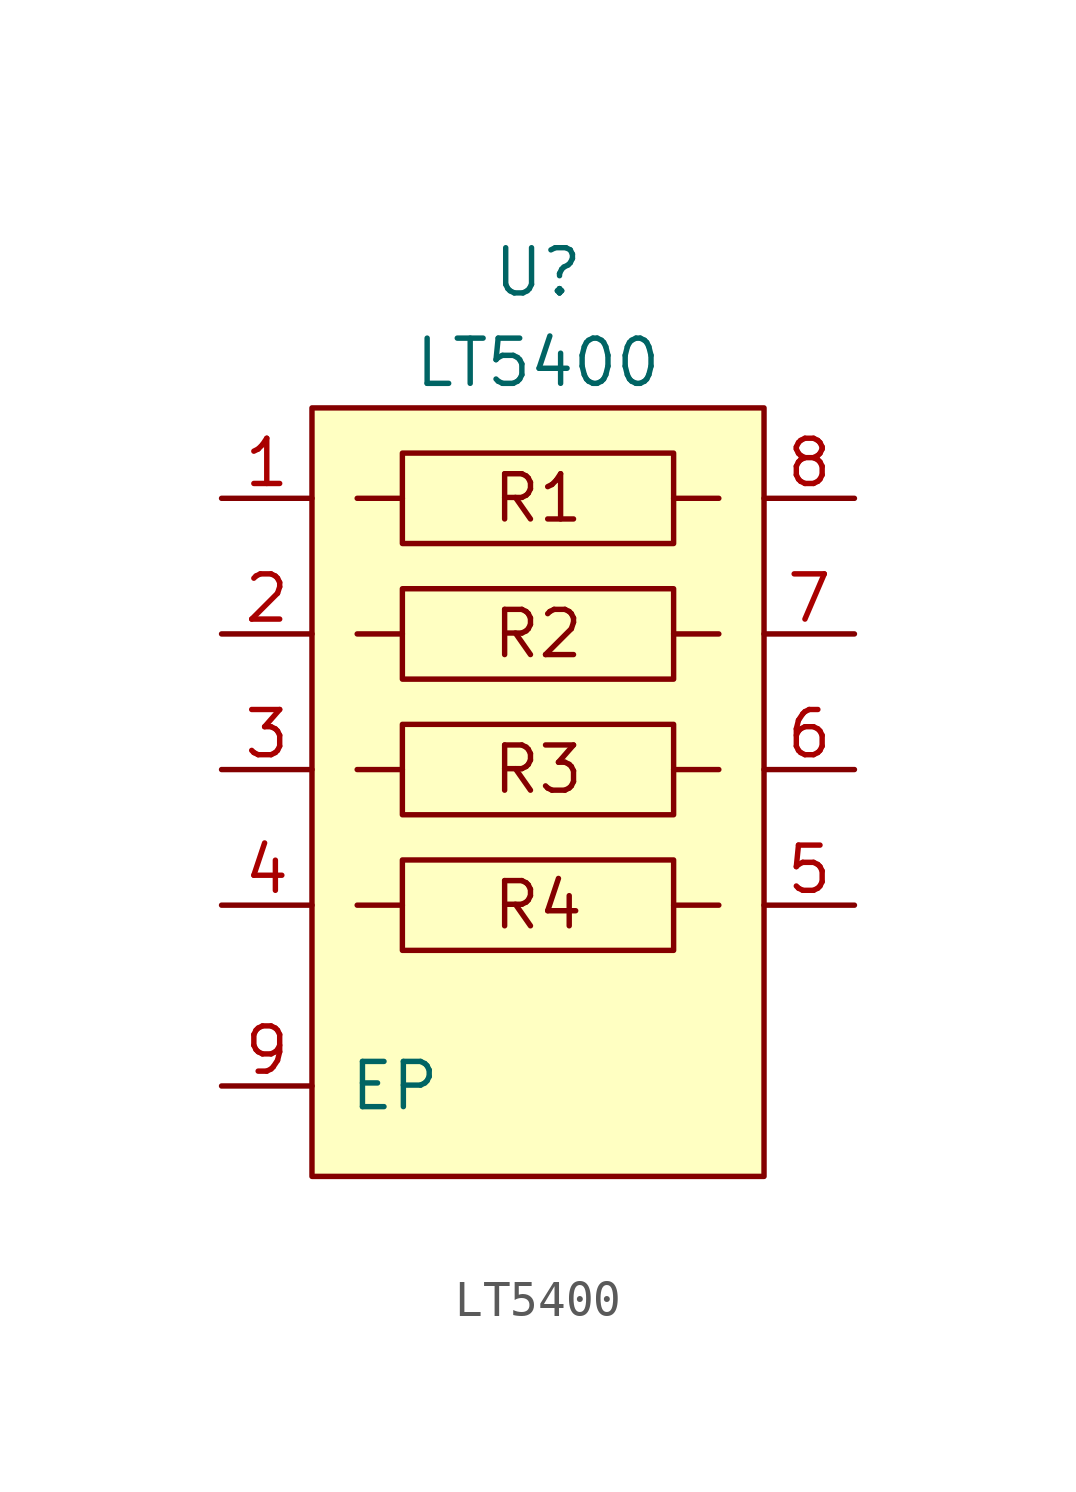
<source format=kicad_sym>
(kicad_symbol_lib
  (version 20220914)
  (generator kicad_symbol_editor)
  (symbol "LT5400"
    (pin_names
      (offset 1.016))
    (property "Reference" "U"
      (at 0 13.97 0)
      (effects (font (size 1.27 1.27))))
    (property "Value" "LT5400"
      (at 0 11.43 0)
      (effects (font (size 1.27 1.27))))
    (symbol "LT5400_0_0"
      (polyline (pts (xy -3.81 -3.81) (xy -5.08 -3.81)) (stroke (width 0) (type solid)) (fill (type none)))
      (polyline (pts (xy -3.81 0) (xy -5.08 0)) (stroke (width 0) (type solid)) (fill (type none)))
      (polyline (pts (xy -3.81 3.81) (xy -5.08 3.81)) (stroke (width 0) (type solid)) (fill (type none)))
      (polyline (pts (xy -3.81 7.62) (xy -5.08 7.62)) (stroke (width 0) (type solid)) (fill (type none)))
      (polyline (pts (xy 3.81 -3.81) (xy 5.08 -3.81)) (stroke (width 0) (type solid)) (fill (type none)))
      (polyline (pts (xy 3.81 0) (xy 5.08 0)) (stroke (width 0) (type solid)) (fill (type none)))
      (polyline (pts (xy 3.81 3.81) (xy 5.08 3.81)) (stroke (width 0) (type solid)) (fill (type none)))
      (polyline (pts (xy 3.81 7.62) (xy 5.08 7.62)) (stroke (width 0) (type solid)) (fill (type none)))
      (text "R4" (at 0 -3.81 0) (effects (font (size 1.27 1.27)))))
    (symbol "LT5400_0_1"
      (rectangle (start -6.35 10.16) (end 6.35 -11.43) (stroke (width 0) (type solid)) (fill (type background)))
      (rectangle (start -3.81 -2.54) (end 3.81 -5.08) (stroke (width 0) (type solid)) (fill (type none))))
    (symbol "LT5400_1_1"
      (rectangle (start -3.81 1.27) (end 3.81 -1.27) (stroke (width 0) (type solid)) (fill (type none)))
      (rectangle (start -3.81 5.08) (end 3.81 2.54) (stroke (width 0) (type solid)) (fill (type none)))
      (rectangle (start -3.81 8.89) (end 3.81 6.35) (stroke (width 0) (type solid)) (fill (type none)))
      (text "R1" (at 0 7.62 0) (effects (font (size 1.27 1.27))))
      (text "R2" (at 0 3.81 0) (effects (font (size 1.27 1.27))))
      (text "R3" (at 0 0 0) (effects (font (size 1.27 1.27))))
      (pin passive line (at -8.89 7.62 0) (length 2.54) (name "~" (effects (font (size 1.27 1.27)))) (number "1" (effects (font (size 1.27 1.27)))))
      (pin passive line (at -8.89 3.81 0) (length 2.54) (name "~" (effects (font (size 1.27 1.27)))) (number "2" (effects (font (size 1.27 1.27)))))
      (pin passive line (at -8.89 0 0) (length 2.54) (name "~" (effects (font (size 1.27 1.27)))) (number "3" (effects (font (size 1.27 1.27)))))
      (pin passive line (at -8.89 -3.81 0) (length 2.54) (name "~" (effects (font (size 1.27 1.27)))) (number "4" (effects (font (size 1.27 1.27)))))
      (pin passive line (at 8.89 -3.81 180) (length 2.54) (name "~" (effects (font (size 1.27 1.27)))) (number "5" (effects (font (size 1.27 1.27)))))
      (pin passive line (at 8.89 0 180) (length 2.54) (name "~" (effects (font (size 1.27 1.27)))) (number "6" (effects (font (size 1.27 1.27)))))
      (pin passive line (at 8.89 3.81 180) (length 2.54) (name "~" (effects (font (size 1.27 1.27)))) (number "7" (effects (font (size 1.27 1.27)))))
      (pin passive line (at 8.89 7.62 180) (length 2.54) (name "~" (effects (font (size 1.27 1.27)))) (number "8" (effects (font (size 1.27 1.27)))))
      (pin passive line (at -8.89 -8.89 0) (length 2.54) (name "EP" (effects (font (size 1.27 1.27)))) (number "9" (effects (font (size 1.27 1.27))))))))
</source>
